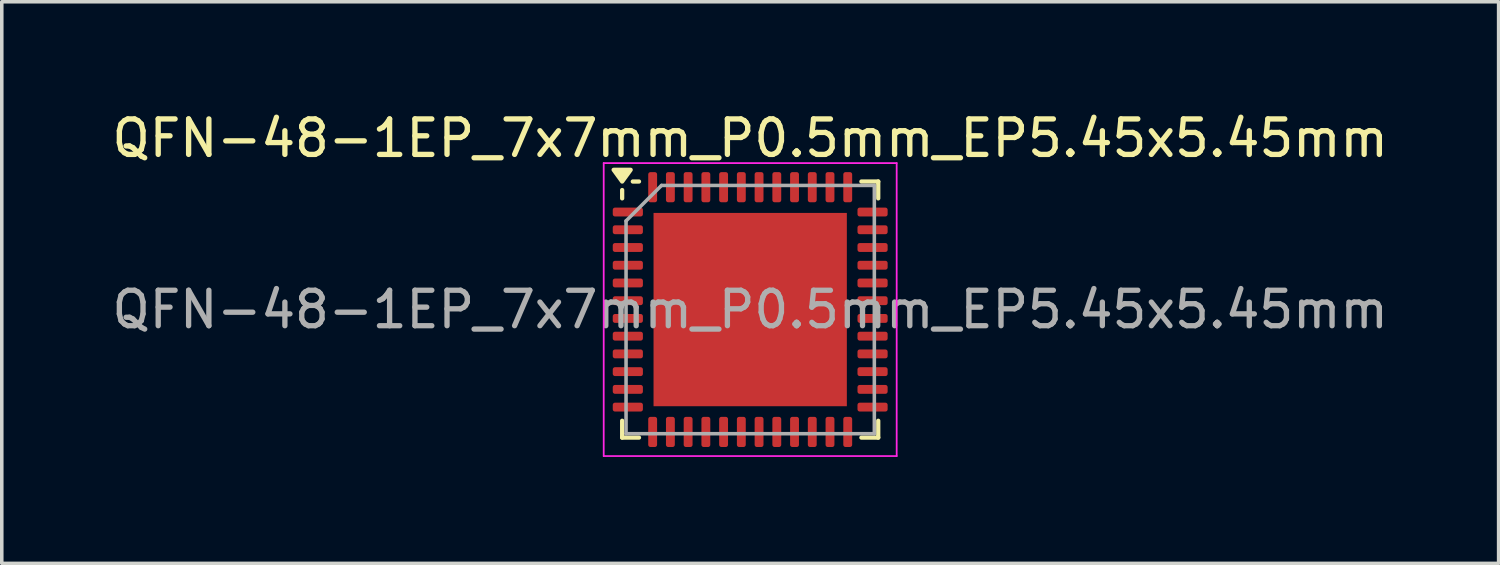
<source format=kicad_pcb>
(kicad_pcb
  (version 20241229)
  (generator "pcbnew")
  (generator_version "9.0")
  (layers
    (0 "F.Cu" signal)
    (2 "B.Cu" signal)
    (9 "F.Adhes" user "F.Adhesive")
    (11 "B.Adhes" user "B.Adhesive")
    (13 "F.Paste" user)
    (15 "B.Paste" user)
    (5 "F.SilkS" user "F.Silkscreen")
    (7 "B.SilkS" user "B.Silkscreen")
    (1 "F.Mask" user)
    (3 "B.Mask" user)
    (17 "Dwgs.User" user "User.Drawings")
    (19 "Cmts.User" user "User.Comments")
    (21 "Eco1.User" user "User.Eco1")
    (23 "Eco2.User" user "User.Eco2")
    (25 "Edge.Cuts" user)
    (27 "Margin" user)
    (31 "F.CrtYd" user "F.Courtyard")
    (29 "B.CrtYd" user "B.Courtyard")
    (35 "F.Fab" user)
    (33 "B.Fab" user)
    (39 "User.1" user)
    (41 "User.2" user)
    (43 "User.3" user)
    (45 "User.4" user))
  (footprint "QFN-48-1EP_7x7mm_P0.5mm_EP5.45x5.45mm"
    (layer "F.Cu")
    (at 18.101 5.678)
    (property "Reference" "QFN-48-1EP_7x7mm_P0.5mm_EP5.45x5.45mm" (at 0 -4.83 0) (layer "F.SilkS") (effects (font (size 1 1) (thickness 0.15))))
    (attr smd)
    (fp_line (start -3.61 -3.135) (end -3.61 -3.37) (stroke (width 0.12) (type solid)) (layer "F.SilkS"))
    (fp_line (start -3.61 3.61) (end -3.61 3.135) (stroke (width 0.12) (type solid)) (layer "F.SilkS"))
    (fp_line (start -3.135 -3.61) (end -3.31 -3.61) (stroke (width 0.12) (type solid)) (layer "F.SilkS"))
    (fp_line (start -3.135 3.61) (end -3.61 3.61) (stroke (width 0.12) (type solid)) (layer "F.SilkS"))
    (fp_line (start 3.135 -3.61) (end 3.61 -3.61) (stroke (width 0.12) (type solid)) (layer "F.SilkS"))
    (fp_line (start 3.135 3.61) (end 3.61 3.61) (stroke (width 0.12) (type solid)) (layer "F.SilkS"))
    (fp_line (start 3.61 -3.61) (end 3.61 -3.135) (stroke (width 0.12) (type solid)) (layer "F.SilkS"))
    (fp_line (start 3.61 3.61) (end 3.61 3.135) (stroke (width 0.12) (type solid)) (layer "F.SilkS"))
    (fp_poly (pts (xy -3.61 -3.61) (xy -3.85 -3.94) (xy -3.37 -3.94) (xy -3.61 -3.61)) (stroke (width 0.12) (type solid)) (fill yes) (layer "F.SilkS"))
    (fp_line (start -4.13 -4.13) (end -4.13 4.13) (stroke (width 0.05) (type solid)) (layer "F.CrtYd"))
    (fp_line (start -4.13 4.13) (end 4.13 4.13) (stroke (width 0.05) (type solid)) (layer "F.CrtYd"))
    (fp_line (start 4.13 -4.13) (end -4.13 -4.13) (stroke (width 0.05) (type solid)) (layer "F.CrtYd"))
    (fp_line (start 4.13 4.13) (end 4.13 -4.13) (stroke (width 0.05) (type solid)) (layer "F.CrtYd"))
    (fp_line (start -3.5 -2.5) (end -2.5 -3.5) (stroke (width 0.1) (type solid)) (layer "F.Fab"))
    (fp_line (start -3.5 3.5) (end -3.5 -2.5) (stroke (width 0.1) (type solid)) (layer "F.Fab"))
    (fp_line (start -2.5 -3.5) (end 3.5 -3.5) (stroke (width 0.1) (type solid)) (layer "F.Fab"))
    (fp_line (start 3.5 -3.5) (end 3.5 3.5) (stroke (width 0.1) (type solid)) (layer "F.Fab"))
    (fp_line (start 3.5 3.5) (end -3.5 3.5) (stroke (width 0.1) (type solid)) (layer "F.Fab"))
    (fp_text user "${REFERENCE}" (at 0 0 0) (layer "F.Fab") (effects (font (size 1 1) (thickness 0.15))))
    (pad "" smd roundrect (at -2.04 -2.04) (size 1.1 1.1) (layers "F.Paste") (roundrect_rratio 0.227))
    (pad "" smd roundrect (at -2.04 -0.68) (size 1.1 1.1) (layers "F.Paste") (roundrect_rratio 0.227))
    (pad "" smd roundrect (at -2.04 0.68) (size 1.1 1.1) (layers "F.Paste") (roundrect_rratio 0.227))
    (pad "" smd roundrect (at -2.04 2.04) (size 1.1 1.1) (layers "F.Paste") (roundrect_rratio 0.227))
    (pad "" smd roundrect (at -0.68 -2.04) (size 1.1 1.1) (layers "F.Paste") (roundrect_rratio 0.227))
    (pad "" smd roundrect (at -0.68 -0.68) (size 1.1 1.1) (layers "F.Paste") (roundrect_rratio 0.227))
    (pad "" smd roundrect (at -0.68 0.68) (size 1.1 1.1) (layers "F.Paste") (roundrect_rratio 0.227))
    (pad "" smd roundrect (at -0.68 2.04) (size 1.1 1.1) (layers "F.Paste") (roundrect_rratio 0.227))
    (pad "" smd roundrect (at 0.68 -2.04) (size 1.1 1.1) (layers "F.Paste") (roundrect_rratio 0.227))
    (pad "" smd roundrect (at 0.68 -0.68) (size 1.1 1.1) (layers "F.Paste") (roundrect_rratio 0.227))
    (pad "" smd roundrect (at 0.68 0.68) (size 1.1 1.1) (layers "F.Paste") (roundrect_rratio 0.227))
    (pad "" smd roundrect (at 0.68 2.04) (size 1.1 1.1) (layers "F.Paste") (roundrect_rratio 0.227))
    (pad "" smd roundrect (at 2.04 -2.04) (size 1.1 1.1) (layers "F.Paste") (roundrect_rratio 0.227))
    (pad "" smd roundrect (at 2.04 -0.68) (size 1.1 1.1) (layers "F.Paste") (roundrect_rratio 0.227))
    (pad "" smd roundrect (at 2.04 0.68) (size 1.1 1.1) (layers "F.Paste") (roundrect_rratio 0.227))
    (pad "" smd roundrect (at 2.04 2.04) (size 1.1 1.1) (layers "F.Paste") (roundrect_rratio 0.227))
    (pad "1" smd roundrect (at -3.45 -2.75) (size 0.85 0.25) (layers "F.Cu" "F.Mask" "F.Paste") (roundrect_rratio 0.25))
    (pad "2" smd roundrect (at -3.45 -2.25) (size 0.85 0.25) (layers "F.Cu" "F.Mask" "F.Paste") (roundrect_rratio 0.25))
    (pad "3" smd roundrect (at -3.45 -1.75) (size 0.85 0.25) (layers "F.Cu" "F.Mask" "F.Paste") (roundrect_rratio 0.25))
    (pad "4" smd roundrect (at -3.45 -1.25) (size 0.85 0.25) (layers "F.Cu" "F.Mask" "F.Paste") (roundrect_rratio 0.25))
    (pad "5" smd roundrect (at -3.45 -0.75) (size 0.85 0.25) (layers "F.Cu" "F.Mask" "F.Paste") (roundrect_rratio 0.25))
    (pad "6" smd roundrect (at -3.45 -0.25) (size 0.85 0.25) (layers "F.Cu" "F.Mask" "F.Paste") (roundrect_rratio 0.25))
    (pad "7" smd roundrect (at -3.45 0.25) (size 0.85 0.25) (layers "F.Cu" "F.Mask" "F.Paste") (roundrect_rratio 0.25))
    (pad "8" smd roundrect (at -3.45 0.75) (size 0.85 0.25) (layers "F.Cu" "F.Mask" "F.Paste") (roundrect_rratio 0.25))
    (pad "9" smd roundrect (at -3.45 1.25) (size 0.85 0.25) (layers "F.Cu" "F.Mask" "F.Paste") (roundrect_rratio 0.25))
    (pad "10" smd roundrect (at -3.45 1.75) (size 0.85 0.25) (layers "F.Cu" "F.Mask" "F.Paste") (roundrect_rratio 0.25))
    (pad "11" smd roundrect (at -3.45 2.25) (size 0.85 0.25) (layers "F.Cu" "F.Mask" "F.Paste") (roundrect_rratio 0.25))
    (pad "12" smd roundrect (at -3.45 2.75) (size 0.85 0.25) (layers "F.Cu" "F.Mask" "F.Paste") (roundrect_rratio 0.25))
    (pad "13" smd roundrect (at -2.75 3.45) (size 0.25 0.85) (layers "F.Cu" "F.Mask" "F.Paste") (roundrect_rratio 0.25))
    (pad "14" smd roundrect (at -2.25 3.45) (size 0.25 0.85) (layers "F.Cu" "F.Mask" "F.Paste") (roundrect_rratio 0.25))
    (pad "15" smd roundrect (at -1.75 3.45) (size 0.25 0.85) (layers "F.Cu" "F.Mask" "F.Paste") (roundrect_rratio 0.25))
    (pad "16" smd roundrect (at -1.25 3.45) (size 0.25 0.85) (layers "F.Cu" "F.Mask" "F.Paste") (roundrect_rratio 0.25))
    (pad "17" smd roundrect (at -0.75 3.45) (size 0.25 0.85) (layers "F.Cu" "F.Mask" "F.Paste") (roundrect_rratio 0.25))
    (pad "18" smd roundrect (at -0.25 3.45) (size 0.25 0.85) (layers "F.Cu" "F.Mask" "F.Paste") (roundrect_rratio 0.25))
    (pad "19" smd roundrect (at 0.25 3.45) (size 0.25 0.85) (layers "F.Cu" "F.Mask" "F.Paste") (roundrect_rratio 0.25))
    (pad "20" smd roundrect (at 0.75 3.45) (size 0.25 0.85) (layers "F.Cu" "F.Mask" "F.Paste") (roundrect_rratio 0.25))
    (pad "21" smd roundrect (at 1.25 3.45) (size 0.25 0.85) (layers "F.Cu" "F.Mask" "F.Paste") (roundrect_rratio 0.25))
    (pad "22" smd roundrect (at 1.75 3.45) (size 0.25 0.85) (layers "F.Cu" "F.Mask" "F.Paste") (roundrect_rratio 0.25))
    (pad "23" smd roundrect (at 2.25 3.45) (size 0.25 0.85) (layers "F.Cu" "F.Mask" "F.Paste") (roundrect_rratio 0.25))
    (pad "24" smd roundrect (at 2.75 3.45) (size 0.25 0.85) (layers "F.Cu" "F.Mask" "F.Paste") (roundrect_rratio 0.25))
    (pad "25" smd roundrect (at 3.45 2.75) (size 0.85 0.25) (layers "F.Cu" "F.Mask" "F.Paste") (roundrect_rratio 0.25))
    (pad "26" smd roundrect (at 3.45 2.25) (size 0.85 0.25) (layers "F.Cu" "F.Mask" "F.Paste") (roundrect_rratio 0.25))
    (pad "27" smd roundrect (at 3.45 1.75) (size 0.85 0.25) (layers "F.Cu" "F.Mask" "F.Paste") (roundrect_rratio 0.25))
    (pad "28" smd roundrect (at 3.45 1.25) (size 0.85 0.25) (layers "F.Cu" "F.Mask" "F.Paste") (roundrect_rratio 0.25))
    (pad "29" smd roundrect (at 3.45 0.75) (size 0.85 0.25) (layers "F.Cu" "F.Mask" "F.Paste") (roundrect_rratio 0.25))
    (pad "30" smd roundrect (at 3.45 0.25) (size 0.85 0.25) (layers "F.Cu" "F.Mask" "F.Paste") (roundrect_rratio 0.25))
    (pad "31" smd roundrect (at 3.45 -0.25) (size 0.85 0.25) (layers "F.Cu" "F.Mask" "F.Paste") (roundrect_rratio 0.25))
    (pad "32" smd roundrect (at 3.45 -0.75) (size 0.85 0.25) (layers "F.Cu" "F.Mask" "F.Paste") (roundrect_rratio 0.25))
    (pad "33" smd roundrect (at 3.45 -1.25) (size 0.85 0.25) (layers "F.Cu" "F.Mask" "F.Paste") (roundrect_rratio 0.25))
    (pad "34" smd roundrect (at 3.45 -1.75) (size 0.85 0.25) (layers "F.Cu" "F.Mask" "F.Paste") (roundrect_rratio 0.25))
    (pad "35" smd roundrect (at 3.45 -2.25) (size 0.85 0.25) (layers "F.Cu" "F.Mask" "F.Paste") (roundrect_rratio 0.25))
    (pad "36" smd roundrect (at 3.45 -2.75) (size 0.85 0.25) (layers "F.Cu" "F.Mask" "F.Paste") (roundrect_rratio 0.25))
    (pad "37" smd roundrect (at 2.75 -3.45) (size 0.25 0.85) (layers "F.Cu" "F.Mask" "F.Paste") (roundrect_rratio 0.25))
    (pad "38" smd roundrect (at 2.25 -3.45) (size 0.25 0.85) (layers "F.Cu" "F.Mask" "F.Paste") (roundrect_rratio 0.25))
    (pad "39" smd roundrect (at 1.75 -3.45) (size 0.25 0.85) (layers "F.Cu" "F.Mask" "F.Paste") (roundrect_rratio 0.25))
    (pad "40" smd roundrect (at 1.25 -3.45) (size 0.25 0.85) (layers "F.Cu" "F.Mask" "F.Paste") (roundrect_rratio 0.25))
    (pad "41" smd roundrect (at 0.75 -3.45) (size 0.25 0.85) (layers "F.Cu" "F.Mask" "F.Paste") (roundrect_rratio 0.25))
    (pad "42" smd roundrect (at 0.25 -3.45) (size 0.25 0.85) (layers "F.Cu" "F.Mask" "F.Paste") (roundrect_rratio 0.25))
    (pad "43" smd roundrect (at -0.25 -3.45) (size 0.25 0.85) (layers "F.Cu" "F.Mask" "F.Paste") (roundrect_rratio 0.25))
    (pad "44" smd roundrect (at -0.75 -3.45) (size 0.25 0.85) (layers "F.Cu" "F.Mask" "F.Paste") (roundrect_rratio 0.25))
    (pad "45" smd roundrect (at -1.25 -3.45) (size 0.25 0.85) (layers "F.Cu" "F.Mask" "F.Paste") (roundrect_rratio 0.25))
    (pad "46" smd roundrect (at -1.75 -3.45) (size 0.25 0.85) (layers "F.Cu" "F.Mask" "F.Paste") (roundrect_rratio 0.25))
    (pad "47" smd roundrect (at -2.25 -3.45) (size 0.25 0.85) (layers "F.Cu" "F.Mask" "F.Paste") (roundrect_rratio 0.25))
    (pad "48" smd roundrect (at -2.75 -3.45) (size 0.25 0.85) (layers "F.Cu" "F.Mask" "F.Paste") (roundrect_rratio 0.25))
    (pad "49" smd rect (at 0 0) (size 5.45 5.45) (property pad_prop_heatsink) (layers "F.Cu" "F.Mask")))
  (gr_rect
    (start -3 -3)
    (end 39.202 12.833)
    (stroke (width 0.1) (type default))
    (fill no)
    (layer "Edge.Cuts")))
</source>
